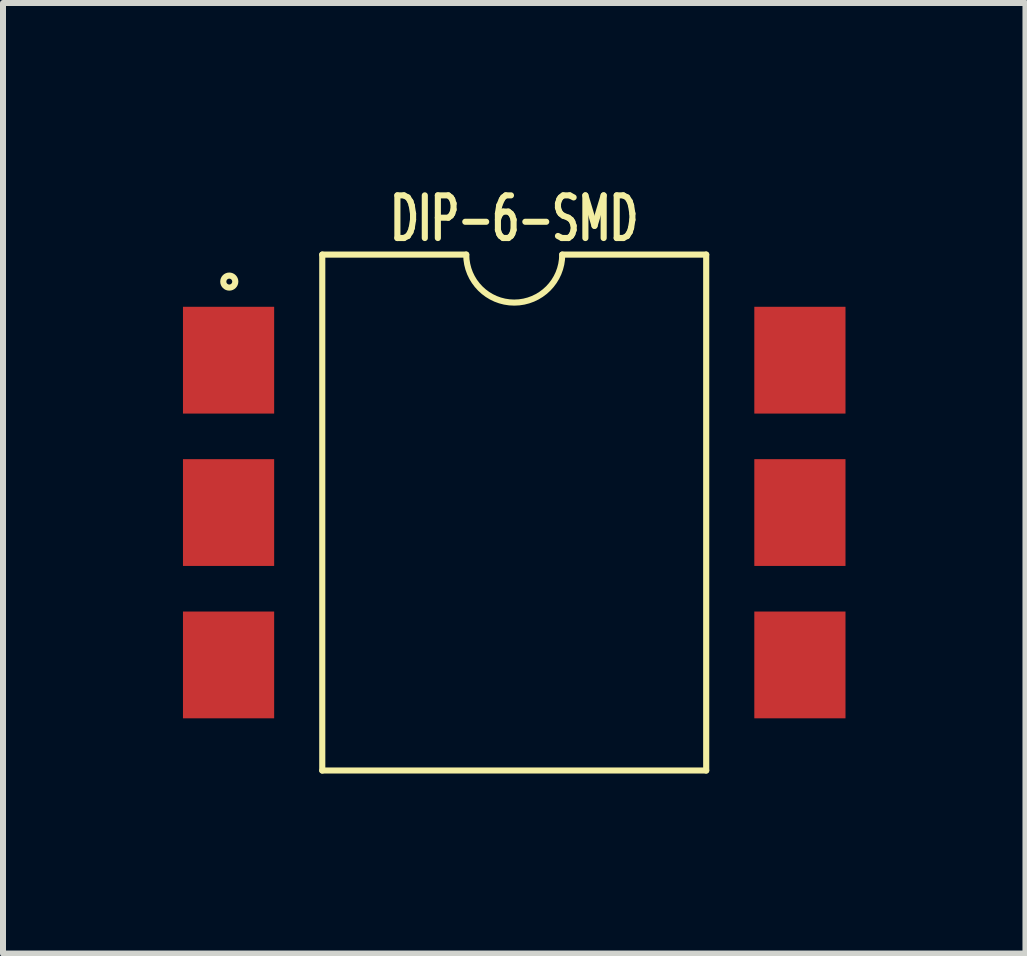
<source format=kicad_pcb>
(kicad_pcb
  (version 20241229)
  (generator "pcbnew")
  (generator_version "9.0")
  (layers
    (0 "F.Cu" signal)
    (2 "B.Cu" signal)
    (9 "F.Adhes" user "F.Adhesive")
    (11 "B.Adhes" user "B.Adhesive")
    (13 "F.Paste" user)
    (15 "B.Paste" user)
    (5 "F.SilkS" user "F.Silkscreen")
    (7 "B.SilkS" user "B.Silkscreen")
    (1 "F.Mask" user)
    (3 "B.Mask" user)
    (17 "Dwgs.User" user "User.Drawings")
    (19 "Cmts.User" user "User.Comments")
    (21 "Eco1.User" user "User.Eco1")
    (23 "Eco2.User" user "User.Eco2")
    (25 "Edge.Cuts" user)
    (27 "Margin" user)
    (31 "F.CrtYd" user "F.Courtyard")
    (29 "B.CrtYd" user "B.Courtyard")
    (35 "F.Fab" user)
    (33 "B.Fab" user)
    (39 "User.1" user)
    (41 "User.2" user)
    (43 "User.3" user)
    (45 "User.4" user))
  (footprint "DIP-6-SMD"
    (layer "F.Cu")
    (at 5.522 5.494)
    (property "Reference" "DIP-6-SMD" (at 0 -4.9 0) (layer "F.SilkS") (effects (font (size 0.711 0.457) (thickness 0.102))))
    (attr through_hole)
    (fp_line (start -3.2 -4.3) (end -0.8 -4.3) (stroke (width 0.102) (type solid)) (layer "F.SilkS"))
    (fp_line (start -3.2 4.3) (end -3.2 -4.3) (stroke (width 0.102) (type solid)) (layer "F.SilkS"))
    (fp_line (start 3.2 -4.3) (end 0.8 -4.3) (stroke (width 0.102) (type solid)) (layer "F.SilkS"))
    (fp_line (start 3.2 -4.3) (end 3.2 4.3) (stroke (width 0.102) (type solid)) (layer "F.SilkS"))
    (fp_line (start 3.2 4.3) (end -3.2 4.3) (stroke (width 0.102) (type solid)) (layer "F.SilkS"))
    (fp_arc (start 0.8 -4.3) (mid 0 -3.5) (end -0.8 -4.3) (stroke (width 0.1016) (type solid)) (layer "F.SilkS"))
    (fp_circle (center -4.75 -3.85) (end -4.65 -3.85) (stroke (width 0.102) (type solid)) (fill no) (layer "F.SilkS"))
    (pad "1" smd rect (at -4.762 -2.54) (size 1.52 1.78) (layers "F.Cu" "F.Mask" "F.Paste"))
    (pad "2" smd rect (at -4.762 0) (size 1.52 1.78) (layers "F.Cu" "F.Mask" "F.Paste"))
    (pad "3" smd rect (at -4.762 2.54) (size 1.52 1.78) (layers "F.Cu" "F.Mask" "F.Paste"))
    (pad "4" smd rect (at 4.762 2.54) (size 1.52 1.78) (layers "F.Cu" "F.Mask" "F.Paste"))
    (pad "5" smd rect (at 4.762 0) (size 1.52 1.78) (layers "F.Cu" "F.Mask" "F.Paste"))
    (pad "6" smd rect (at 4.762 -2.54) (size 1.52 1.78) (layers "F.Cu" "F.Mask" "F.Paste")))
  (gr_rect
    (start -3 -3)
    (end 14.044 12.845)
    (stroke (width 0.1) (type default))
    (fill no)
    (layer "Edge.Cuts")))
</source>
